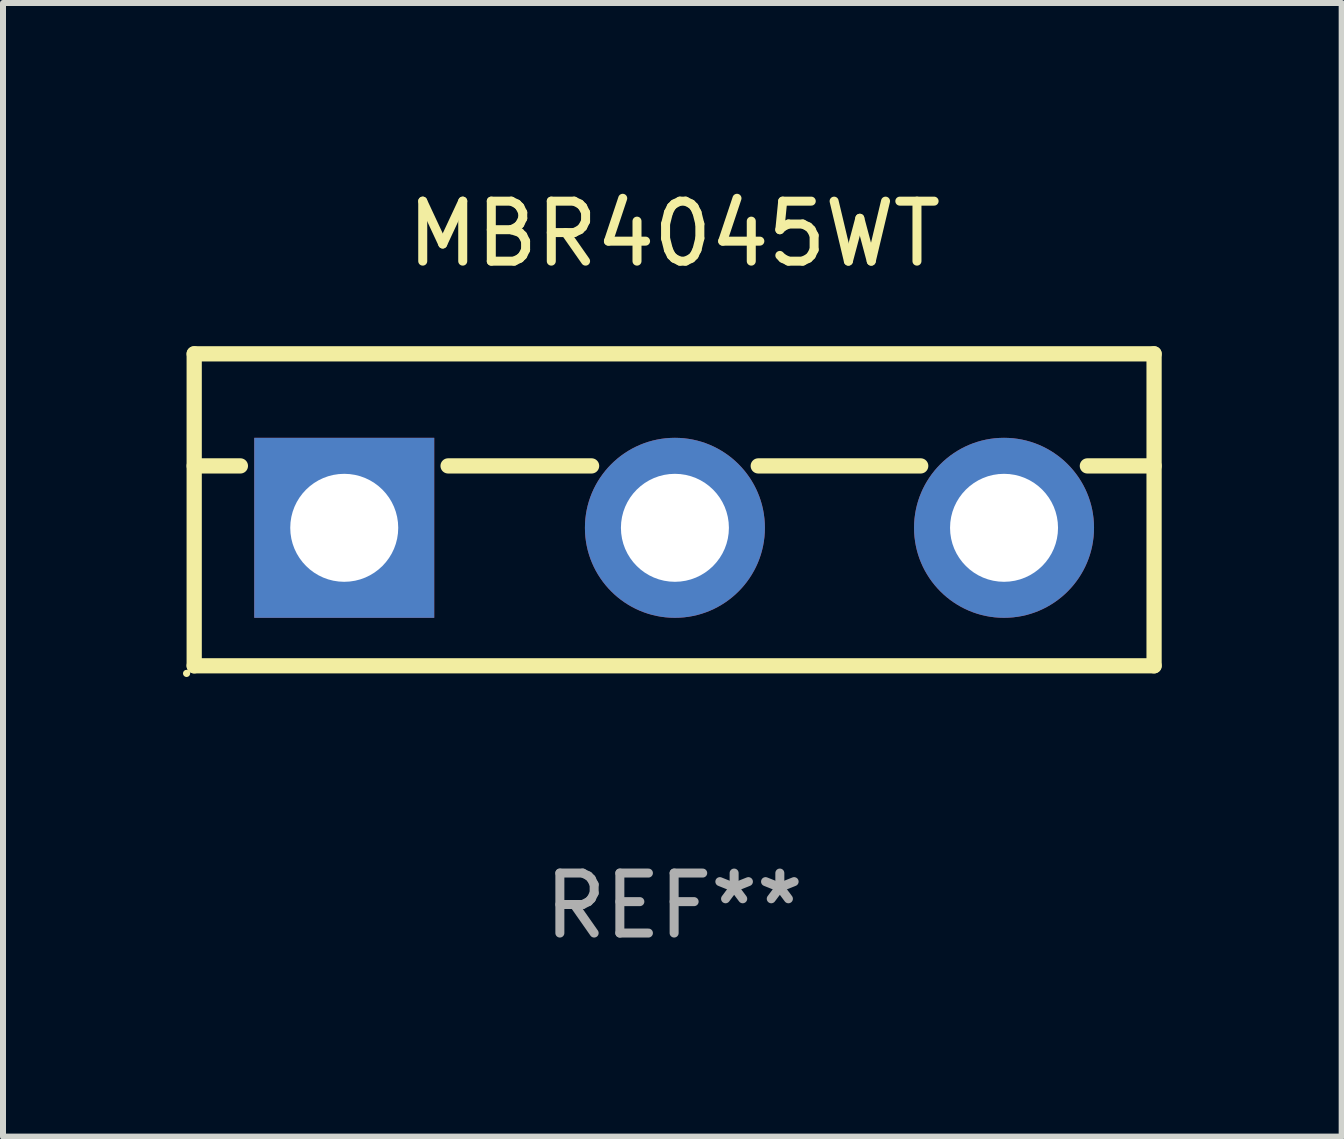
<source format=kicad_pcb>
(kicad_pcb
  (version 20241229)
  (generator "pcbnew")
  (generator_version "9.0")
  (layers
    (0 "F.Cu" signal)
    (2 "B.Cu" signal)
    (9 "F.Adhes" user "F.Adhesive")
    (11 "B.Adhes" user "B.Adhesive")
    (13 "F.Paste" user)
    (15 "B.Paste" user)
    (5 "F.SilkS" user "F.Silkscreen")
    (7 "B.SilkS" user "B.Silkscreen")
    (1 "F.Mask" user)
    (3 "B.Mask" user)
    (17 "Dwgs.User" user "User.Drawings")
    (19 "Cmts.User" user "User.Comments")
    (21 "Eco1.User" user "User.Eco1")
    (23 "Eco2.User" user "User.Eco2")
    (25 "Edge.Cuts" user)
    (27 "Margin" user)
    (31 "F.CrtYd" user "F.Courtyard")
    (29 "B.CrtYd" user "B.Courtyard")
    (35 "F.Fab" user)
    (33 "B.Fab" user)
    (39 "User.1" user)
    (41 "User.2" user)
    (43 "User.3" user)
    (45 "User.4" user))
  (footprint "MBR4045WT"
    (layer "F.Cu")
    (at 8.187 5.448)
    (property "Reference" "MBR4045WT" (at 0 -4.6 0) (layer "F.SilkS") (effects (font (size 1 1) (thickness 0.15))))
    (attr through_hole)
    (fp_line (start -8 -2.6) (end -8 2.6) (stroke (width 0.254) (type solid)) (layer "F.SilkS"))
    (fp_line (start -8 -2.6) (end 8 -2.6) (stroke (width 0.254) (type solid)) (layer "F.SilkS"))
    (fp_line (start -8 -0.732) (end -7.23 -0.732) (stroke (width 0.254) (type solid)) (layer "F.SilkS"))
    (fp_line (start -8 2.6) (end 8 2.6) (stroke (width 0.254) (type solid)) (layer "F.SilkS"))
    (fp_line (start -3.768 -0.732) (end -1.376 -0.732) (stroke (width 0.254) (type solid)) (layer "F.SilkS"))
    (fp_line (start 1.402 -0.732) (end 4.11 -0.732) (stroke (width 0.254) (type solid)) (layer "F.SilkS"))
    (fp_line (start 6.888 -0.732) (end 8 -0.732) (stroke (width 0.254) (type solid)) (layer "F.SilkS"))
    (fp_line (start 8 -2.6) (end 8 2.6) (stroke (width 0.254) (type solid)) (layer "F.SilkS"))
    (fp_circle (center -8.127 2.727) (end -8.097 2.727) (stroke (width 0.06) (type solid)) (fill no) (layer "F.SilkS"))
    (fp_text user "REF**" (at 0 6.6 0) (layer "F.Fab") (effects (font (size 1 1) (thickness 0.15))))
    (pad "1" thru_hole rect (at -5.499 0.3) (size 3 3) (drill 1.8) (layers "*.Cu" "*.Mask"))
    (pad "2" thru_hole circle (at 0.013 0.3) (size 3 3) (drill 1.8) (layers "*.Cu" "*.Mask"))
    (pad "3" thru_hole circle (at 5.499 0.3) (size 3 3) (drill 1.8) (layers "*.Cu" "*.Mask")))
  (gr_rect
    (start -3 -3)
    (end 19.314 15.896)
    (stroke (width 0.1) (type default))
    (fill no)
    (layer "Edge.Cuts")))
</source>
